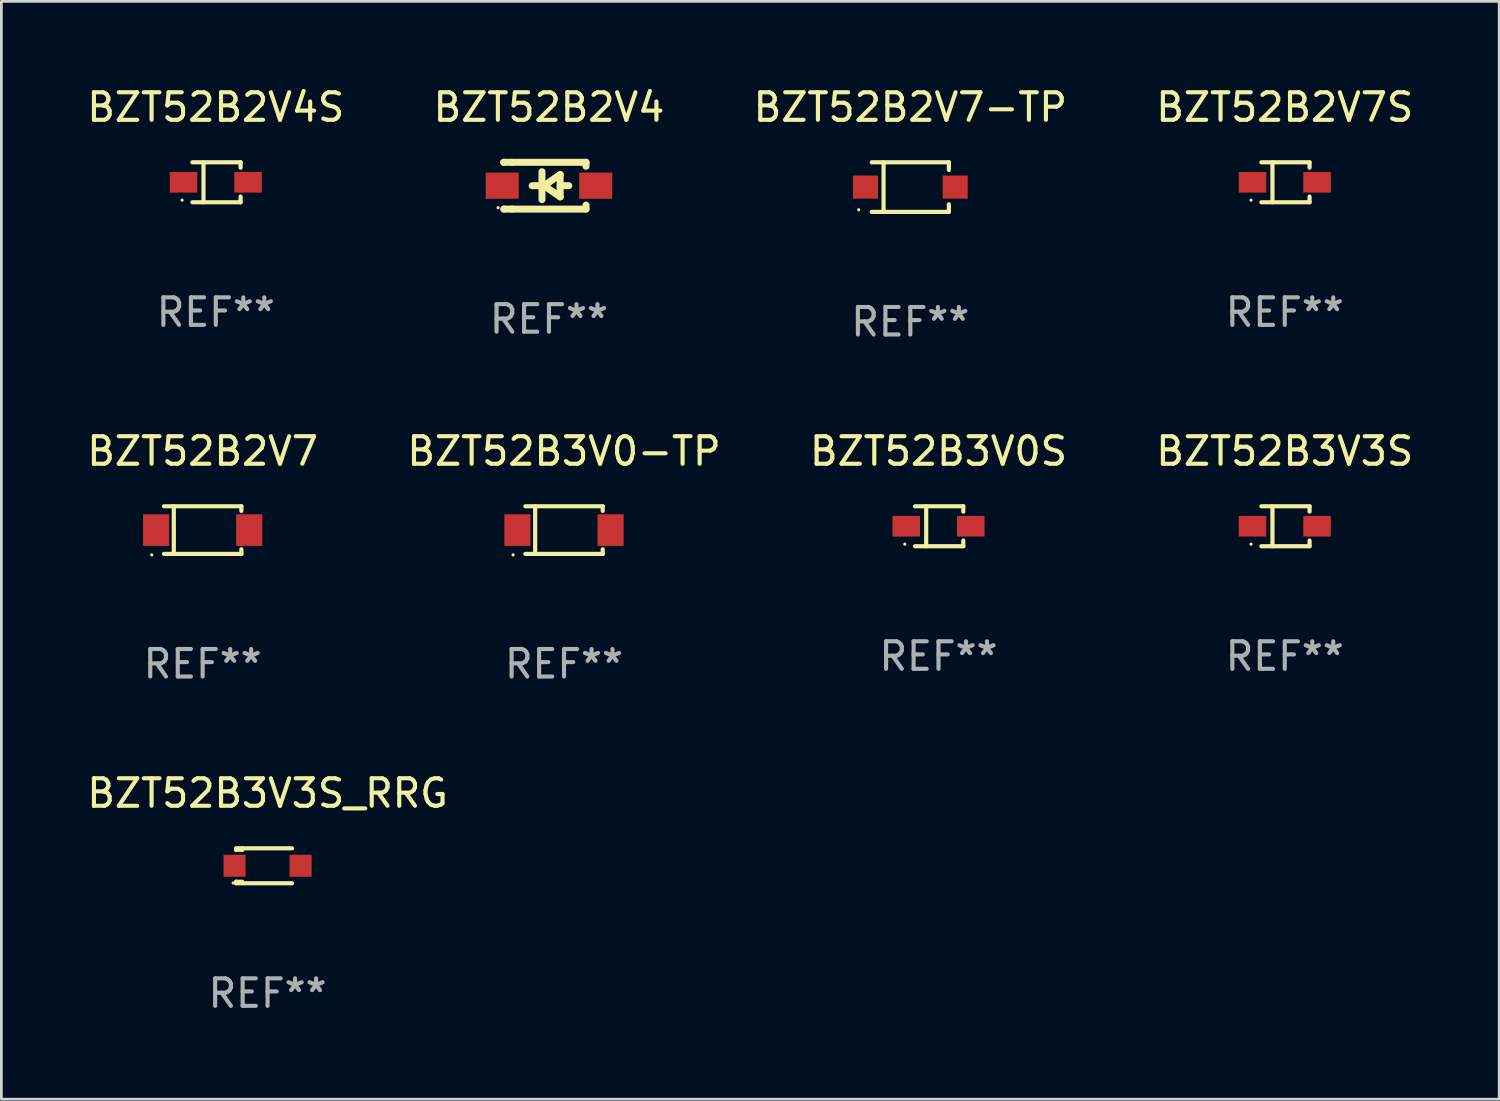
<source format=kicad_pcb>
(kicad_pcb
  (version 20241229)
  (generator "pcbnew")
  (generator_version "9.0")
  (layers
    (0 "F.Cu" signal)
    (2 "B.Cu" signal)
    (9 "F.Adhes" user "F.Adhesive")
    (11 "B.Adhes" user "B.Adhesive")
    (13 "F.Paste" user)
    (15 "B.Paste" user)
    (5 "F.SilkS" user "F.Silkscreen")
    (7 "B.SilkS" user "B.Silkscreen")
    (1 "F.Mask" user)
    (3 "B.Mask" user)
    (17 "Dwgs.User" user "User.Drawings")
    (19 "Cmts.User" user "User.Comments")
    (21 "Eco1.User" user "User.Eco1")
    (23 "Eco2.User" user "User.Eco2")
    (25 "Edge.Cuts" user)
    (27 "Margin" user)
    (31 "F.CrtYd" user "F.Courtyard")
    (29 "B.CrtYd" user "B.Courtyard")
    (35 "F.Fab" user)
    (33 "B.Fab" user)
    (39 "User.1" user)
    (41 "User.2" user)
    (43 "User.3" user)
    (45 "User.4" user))
  (footprint "BZT52B3V0S"
    (layer "F.Cu")
    (at 31.054 16.073)
    (property "Reference" "BZT52B3V0S" (at 0 -2.726 0) (layer "F.SilkS") (effects (font (size 1 1) (thickness 0.15))))
    (attr through_hole)
    (fp_line (start -0.851 -0.726) (end 0.901 -0.726) (stroke (width 0.152) (type solid)) (layer "F.SilkS"))
    (fp_line (start -0.851 0.726) (end 0.901 0.726) (stroke (width 0.152) (type solid)) (layer "F.SilkS"))
    (fp_line (start -0.447 -0.726) (end -0.447 0.726) (stroke (width 0.152) (type solid)) (layer "F.SilkS"))
    (fp_line (start 0.901 -0.726) (end 0.901 -0.53) (stroke (width 0.152) (type solid)) (layer "F.SilkS"))
    (fp_line (start 0.901 0.726) (end 0.901 0.52) (stroke (width 0.152) (type solid)) (layer "F.SilkS"))
    (fp_circle (center -1.225 0.65) (end -1.195 0.65) (stroke (width 0.06) (type solid)) (fill no) (layer "F.SilkS"))
    (fp_text user "REF**" (at 0 4.726 0) (layer "F.Fab") (effects (font (size 1 1) (thickness 0.15))))
    (pad "1" smd rect (at -1.173 0) (size 1 0.75) (layers "F.Cu" "F.Mask" "F.Paste"))
    (pad "2" smd rect (at 1.173 0) (size 1 0.75) (layers "F.Cu" "F.Mask" "F.Paste")))
  (footprint "BZT52B2V7-TP"
    (layer "F.Cu")
    (at 30.03 3.749)
    (property "Reference" "BZT52B2V7-TP" (at 0 -2.901 0) (layer "F.SilkS") (effects (font (size 1 1) (thickness 0.15))))
    (attr through_hole)
    (fp_line (start -1.401 -0.901) (end 1.401 -0.901) (stroke (width 0.152) (type solid)) (layer "F.SilkS"))
    (fp_line (start -1.401 0.901) (end 1.401 0.901) (stroke (width 0.152) (type solid)) (layer "F.SilkS"))
    (fp_line (start -0.972 -0.901) (end -0.972 0.901) (stroke (width 0.152) (type solid)) (layer "F.SilkS"))
    (fp_line (start 1.401 -0.901) (end 1.401 -0.623) (stroke (width 0.152) (type solid)) (layer "F.SilkS"))
    (fp_line (start 1.401 0.901) (end 1.401 0.623) (stroke (width 0.152) (type solid)) (layer "F.SilkS"))
    (fp_circle (center -1.875 0.825) (end -1.845 0.825) (stroke (width 0.06) (type solid)) (fill no) (layer "F.SilkS"))
    (fp_text user "REF**" (at 0 4.901 0) (layer "F.Fab") (effects (font (size 1 1) (thickness 0.15))))
    (pad "1" smd rect (at -1.63 0 180) (size 0.91 0.84) (layers "F.Cu" "F.Mask" "F.Paste"))
    (pad "2" smd rect (at 1.63 0 180) (size 0.91 0.84) (layers "F.Cu" "F.Mask" "F.Paste")))
  (footprint "BZT52B2V4"
    (layer "F.Cu")
    (at 16.899 3.698)
    (property "Reference" "BZT52B2V4" (at 0 -2.85 0) (layer "F.SilkS") (effects (font (size 1 1) (thickness 0.15))))
    (attr through_hole)
    (fp_line (start -1.643 -0.85) (end -1.644 -0.849) (stroke (width 0.254) (type solid)) (layer "F.SilkS"))
    (fp_line (start -1.638 0.85) (end -1.639 0.849) (stroke (width 0.254) (type solid)) (layer "F.SilkS"))
    (fp_line (start -1.346 -0.85) (end -1.643 -0.85) (stroke (width 0.254) (type solid)) (layer "F.SilkS"))
    (fp_line (start -1.346 -0.85) (end 1.346 -0.85) (stroke (width 0.254) (type solid)) (layer "F.SilkS"))
    (fp_line (start -1.346 0.85) (end -1.638 0.85) (stroke (width 0.254) (type solid)) (layer "F.SilkS"))
    (fp_line (start -0.28 0) (end -0.61 0) (stroke (width 0.254) (type solid)) (layer "F.SilkS"))
    (fp_line (start -0.254 -0.508) (end -0.254 0.508) (stroke (width 0.254) (type solid)) (layer "F.SilkS"))
    (fp_line (start -0.178 0) (end 0.406 -0.406) (stroke (width 0.254) (type solid)) (layer "F.SilkS"))
    (fp_line (start 0.406 -0.406) (end 0.406 0.406) (stroke (width 0.254) (type solid)) (layer "F.SilkS"))
    (fp_line (start 0.406 -0.000254) (end 0.72 -0.000254) (stroke (width 0.254) (type solid)) (layer "F.SilkS"))
    (fp_line (start 0.406 0.406) (end -0.178 0) (stroke (width 0.254) (type solid)) (layer "F.SilkS"))
    (fp_line (start 1.346 -0.85) (end 1.346 -0.706) (stroke (width 0.254) (type solid)) (layer "F.SilkS"))
    (fp_line (start 1.346 0.706) (end 1.346 0.85) (stroke (width 0.254) (type solid)) (layer "F.SilkS"))
    (fp_line (start 1.346 0.85) (end -1.346 0.85) (stroke (width 0.254) (type solid)) (layer "F.SilkS"))
    (fp_circle (center -1.85 0.8) (end -1.82 0.8) (stroke (width 0.06) (type solid)) (fill no) (layer "F.SilkS"))
    (fp_text user "REF**" (at 0 4.85 0) (layer "F.Fab") (effects (font (size 1 1) (thickness 0.15))))
    (pad "1" smd rect (at -1.7 0) (size 1.2 0.95) (layers "F.Cu" "F.Mask" "F.Paste"))
    (pad "2" smd rect (at 1.7 0) (size 1.2 0.95) (layers "F.Cu" "F.Mask" "F.Paste")))
  (footprint "BZT52B3V3S_RRG"
    (layer "F.Cu")
    (at 6.673 28.411)
    (property "Reference" "BZT52B3V3S_RRG" (at 0 -2.635 0) (layer "F.SilkS") (effects (font (size 1 1) (thickness 0.15))))
    (attr through_hole)
    (fp_line (start -1.143 -0.635) (end -1.143 -0.58) (stroke (width 0.152) (type solid)) (layer "F.SilkS"))
    (fp_line (start -1.143 -0.58) (end -0.922 -0.58) (stroke (width 0.152) (type solid)) (layer "F.SilkS"))
    (fp_line (start -1.143 0.58) (end -1.143 0.635) (stroke (width 0.152) (type solid)) (layer "F.SilkS"))
    (fp_line (start -1.143 0.58) (end -0.922 0.58) (stroke (width 0.152) (type solid)) (layer "F.SilkS"))
    (fp_line (start -1.143 0.635) (end 0.889 0.635) (stroke (width 0.152) (type solid)) (layer "F.SilkS"))
    (fp_line (start -0.922 -0.58) (end -0.922 -0.635) (stroke (width 0.152) (type solid)) (layer "F.SilkS"))
    (fp_line (start 0.889 -0.635) (end -1.143 -0.635) (stroke (width 0.152) (type solid)) (layer "F.SilkS"))
    (fp_circle (center -1.25 0.625) (end -1.22 0.625) (stroke (width 0.06) (type solid)) (fill no) (layer "F.SilkS"))
    (fp_text user "REF**" (at 0 4.635 0) (layer "F.Fab") (effects (font (size 1 1) (thickness 0.15))))
    (pad "1" smd rect (at -1.2 0) (size 0.8 0.8) (layers "F.Cu" "F.Mask" "F.Paste"))
    (pad "2" smd rect (at 1.2 0) (size 0.8 0.8) (layers "F.Cu" "F.Mask" "F.Paste")))
  (footprint "BZT52B2V7"
    (layer "F.Cu")
    (at 4.315 16.213)
    (property "Reference" "BZT52B2V7" (at 0 -2.866 0) (layer "F.SilkS") (effects (font (size 1 1) (thickness 0.15))))
    (attr through_hole)
    (fp_line (start -1.406 -0.866) (end 1.406 -0.866) (stroke (width 0.152) (type solid)) (layer "F.SilkS"))
    (fp_line (start -1.406 0.866) (end 1.406 0.866) (stroke (width 0.152) (type solid)) (layer "F.SilkS"))
    (fp_line (start -1.049 -0.866) (end -1.049 0.866) (stroke (width 0.152) (type solid)) (layer "F.SilkS"))
    (fp_line (start 1.406 -0.866) (end 1.406 -0.698) (stroke (width 0.152) (type solid)) (layer "F.SilkS"))
    (fp_line (start 1.406 0.866) (end 1.406 0.698) (stroke (width 0.152) (type solid)) (layer "F.SilkS"))
    (fp_circle (center -1.851 0.9) (end -1.821 0.9) (stroke (width 0.06) (type solid)) (fill no) (layer "F.SilkS"))
    (fp_text user "REF**" (at 0 4.866 0) (layer "F.Fab") (effects (font (size 1 1) (thickness 0.15))))
    (pad "1" smd rect (at -1.692 0) (size 0.95 1.15) (layers "F.Cu" "F.Mask" "F.Paste"))
    (pad "2" smd rect (at 1.692 0) (size 0.95 1.15) (layers "F.Cu" "F.Mask" "F.Paste")))
  (footprint "BZT52B2V7S"
    (layer "F.Cu")
    (at 43.637 3.574)
    (property "Reference" "BZT52B2V7S" (at 0 -2.726 0) (layer "F.SilkS") (effects (font (size 1 1) (thickness 0.15))))
    (attr through_hole)
    (fp_line (start -0.851 -0.726) (end 0.901 -0.726) (stroke (width 0.152) (type solid)) (layer "F.SilkS"))
    (fp_line (start -0.851 0.726) (end 0.901 0.726) (stroke (width 0.152) (type solid)) (layer "F.SilkS"))
    (fp_line (start -0.447 -0.726) (end -0.447 0.726) (stroke (width 0.152) (type solid)) (layer "F.SilkS"))
    (fp_line (start 0.901 -0.726) (end 0.901 -0.53) (stroke (width 0.152) (type solid)) (layer "F.SilkS"))
    (fp_line (start 0.901 0.726) (end 0.901 0.52) (stroke (width 0.152) (type solid)) (layer "F.SilkS"))
    (fp_circle (center -1.225 0.65) (end -1.195 0.65) (stroke (width 0.06) (type solid)) (fill no) (layer "F.SilkS"))
    (fp_text user "REF**" (at 0 4.726 0) (layer "F.Fab") (effects (font (size 1 1) (thickness 0.15))))
    (pad "1" smd rect (at -1.173 0) (size 1 0.75) (layers "F.Cu" "F.Mask" "F.Paste"))
    (pad "2" smd rect (at 1.173 0) (size 1 0.75) (layers "F.Cu" "F.Mask" "F.Paste")))
  (footprint "BZT52B3V0-TP"
    (layer "F.Cu")
    (at 17.446 16.213)
    (property "Reference" "BZT52B3V0-TP" (at 0 -2.866 0) (layer "F.SilkS") (effects (font (size 1 1) (thickness 0.15))))
    (attr through_hole)
    (fp_line (start -1.406 -0.866) (end 1.406 -0.866) (stroke (width 0.152) (type solid)) (layer "F.SilkS"))
    (fp_line (start -1.406 0.866) (end 1.406 0.866) (stroke (width 0.152) (type solid)) (layer "F.SilkS"))
    (fp_line (start -1.049 -0.866) (end -1.049 0.866) (stroke (width 0.152) (type solid)) (layer "F.SilkS"))
    (fp_line (start 1.406 -0.866) (end 1.406 -0.698) (stroke (width 0.152) (type solid)) (layer "F.SilkS"))
    (fp_line (start 1.406 0.866) (end 1.406 0.698) (stroke (width 0.152) (type solid)) (layer "F.SilkS"))
    (fp_circle (center -1.851 0.9) (end -1.821 0.9) (stroke (width 0.06) (type solid)) (fill no) (layer "F.SilkS"))
    (fp_text user "REF**" (at 0 4.866 0) (layer "F.Fab") (effects (font (size 1 1) (thickness 0.15))))
    (pad "1" smd rect (at -1.692 0) (size 0.95 1.15) (layers "F.Cu" "F.Mask" "F.Paste"))
    (pad "2" smd rect (at 1.692 0) (size 0.95 1.15) (layers "F.Cu" "F.Mask" "F.Paste")))
  (footprint "BZT52B3V3S"
    (layer "F.Cu")
    (at 43.637 16.073)
    (property "Reference" "BZT52B3V3S" (at 0 -2.726 0) (layer "F.SilkS") (effects (font (size 1 1) (thickness 0.15))))
    (attr through_hole)
    (fp_line (start -0.851 -0.726) (end 0.901 -0.726) (stroke (width 0.152) (type solid)) (layer "F.SilkS"))
    (fp_line (start -0.851 0.726) (end 0.901 0.726) (stroke (width 0.152) (type solid)) (layer "F.SilkS"))
    (fp_line (start -0.447 -0.726) (end -0.447 0.726) (stroke (width 0.152) (type solid)) (layer "F.SilkS"))
    (fp_line (start 0.901 -0.726) (end 0.901 -0.53) (stroke (width 0.152) (type solid)) (layer "F.SilkS"))
    (fp_line (start 0.901 0.726) (end 0.901 0.52) (stroke (width 0.152) (type solid)) (layer "F.SilkS"))
    (fp_circle (center -1.225 0.65) (end -1.195 0.65) (stroke (width 0.06) (type solid)) (fill no) (layer "F.SilkS"))
    (fp_text user "REF**" (at 0 4.726 0) (layer "F.Fab") (effects (font (size 1 1) (thickness 0.15))))
    (pad "1" smd rect (at -1.173 0) (size 1 0.75) (layers "F.Cu" "F.Mask" "F.Paste"))
    (pad "2" smd rect (at 1.173 0) (size 1 0.75) (layers "F.Cu" "F.Mask" "F.Paste")))
  (footprint "BZT52B2V4S"
    (layer "F.Cu")
    (at 4.792 3.574)
    (property "Reference" "BZT52B2V4S" (at 0 -2.726 0) (layer "F.SilkS") (effects (font (size 1 1) (thickness 0.15))))
    (attr through_hole)
    (fp_line (start -0.851 -0.726) (end 0.901 -0.726) (stroke (width 0.152) (type solid)) (layer "F.SilkS"))
    (fp_line (start -0.851 0.726) (end 0.901 0.726) (stroke (width 0.152) (type solid)) (layer "F.SilkS"))
    (fp_line (start -0.447 -0.726) (end -0.447 0.726) (stroke (width 0.152) (type solid)) (layer "F.SilkS"))
    (fp_line (start 0.901 -0.726) (end 0.901 -0.53) (stroke (width 0.152) (type solid)) (layer "F.SilkS"))
    (fp_line (start 0.901 0.726) (end 0.901 0.52) (stroke (width 0.152) (type solid)) (layer "F.SilkS"))
    (fp_circle (center -1.225 0.65) (end -1.195 0.65) (stroke (width 0.06) (type solid)) (fill no) (layer "F.SilkS"))
    (fp_text user "REF**" (at 0 4.726 0) (layer "F.Fab") (effects (font (size 1 1) (thickness 0.15))))
    (pad "1" smd rect (at -1.173 0) (size 1 0.75) (layers "F.Cu" "F.Mask" "F.Paste"))
    (pad "2" smd rect (at 1.173 0) (size 1 0.75) (layers "F.Cu" "F.Mask" "F.Paste")))
  (gr_rect
    (start -3 -3)
    (end 51.429 36.894)
    (stroke (width 0.1) (type default))
    (fill no)
    (layer "Edge.Cuts")))
</source>
